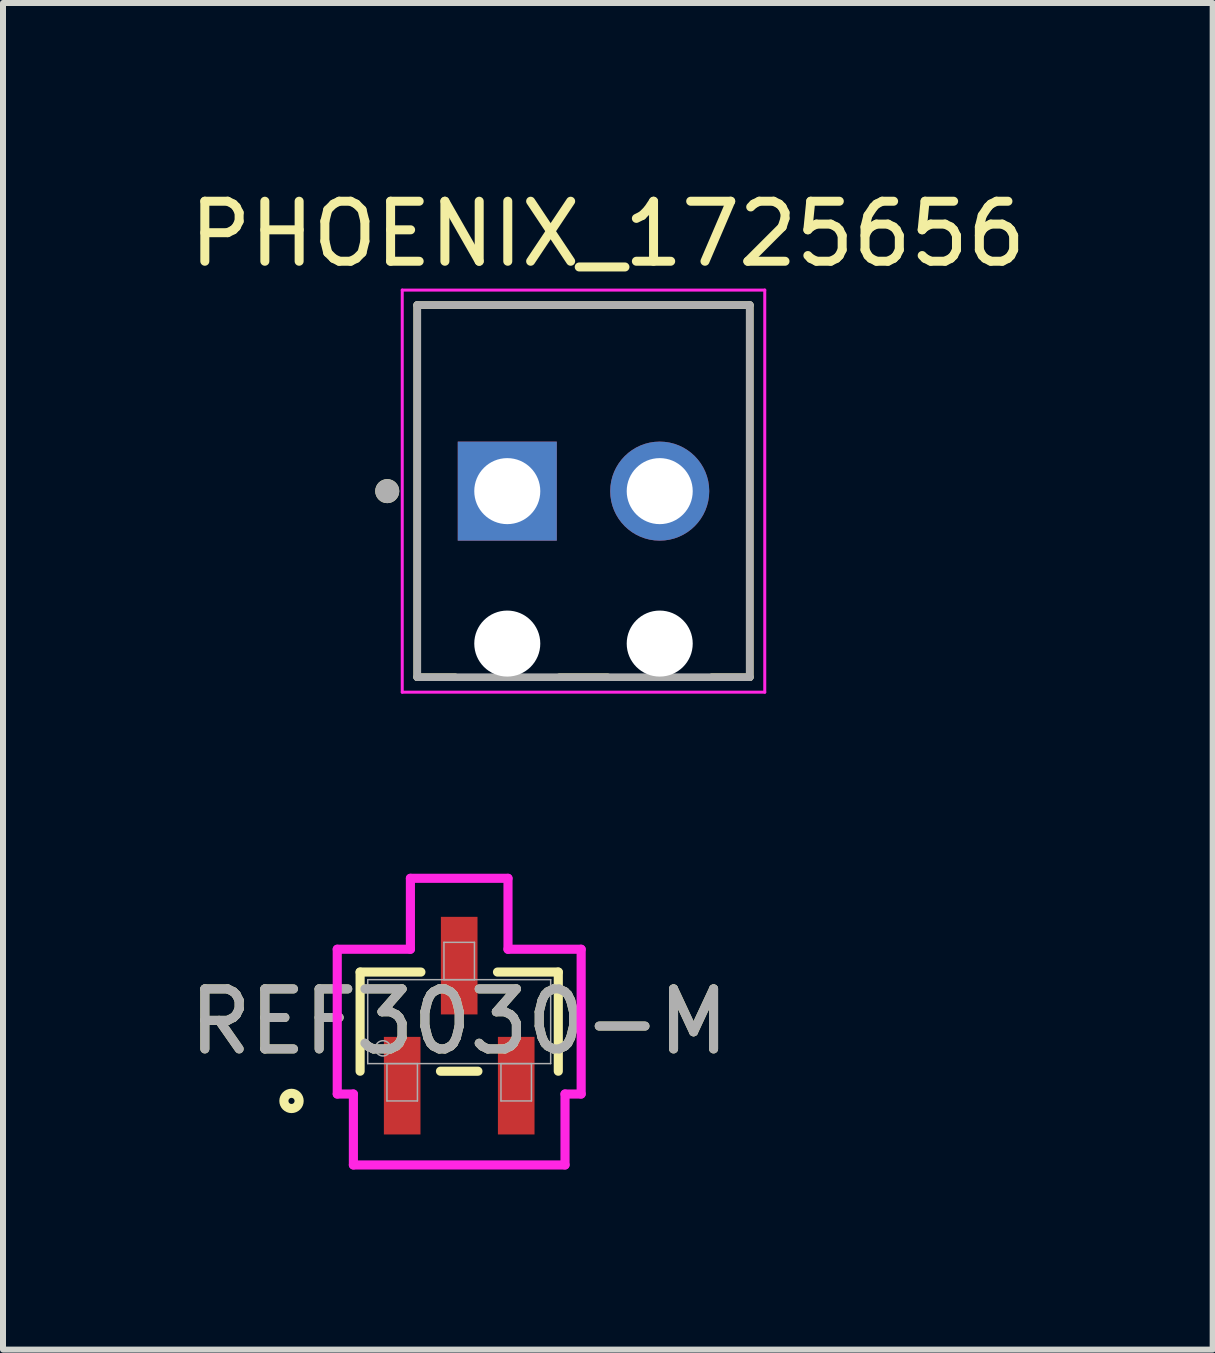
<source format=kicad_pcb>
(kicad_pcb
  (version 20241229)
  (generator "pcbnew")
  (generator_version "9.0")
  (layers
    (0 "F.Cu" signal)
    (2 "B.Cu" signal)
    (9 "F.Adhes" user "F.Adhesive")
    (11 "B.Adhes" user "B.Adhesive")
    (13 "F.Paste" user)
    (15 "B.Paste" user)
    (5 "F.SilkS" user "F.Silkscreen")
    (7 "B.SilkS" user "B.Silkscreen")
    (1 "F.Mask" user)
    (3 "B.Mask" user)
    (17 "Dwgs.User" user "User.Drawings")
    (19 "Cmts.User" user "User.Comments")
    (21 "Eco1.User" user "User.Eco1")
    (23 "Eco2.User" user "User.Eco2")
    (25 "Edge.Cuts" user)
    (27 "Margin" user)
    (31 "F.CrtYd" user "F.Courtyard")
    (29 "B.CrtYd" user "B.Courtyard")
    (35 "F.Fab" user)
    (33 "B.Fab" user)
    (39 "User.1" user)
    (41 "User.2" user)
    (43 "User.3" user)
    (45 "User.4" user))
  (footprint "PHOENIX_1725656"
    (layer "F.Cu")
    (at 3.902 8.233)
    (property "Reference" "PHOENIX_1725656" (at 3.175 -7.385 0) (layer "F.SilkS") (effects (font (size 1 1) (thickness 0.15))))
    (attr through_hole)
    (fp_line (start 0 -6.2) (end 0 0) (stroke (width 0.127) (type solid)) (layer "F.SilkS"))
    (fp_line (start 0 0) (end 0.63 0) (stroke (width 0.127) (type solid)) (layer "F.SilkS"))
    (fp_line (start 2.37 0) (end 3.17 0) (stroke (width 0.127) (type solid)) (layer "F.SilkS"))
    (fp_line (start 4.91 0) (end 5.54 0) (stroke (width 0.127) (type solid)) (layer "F.SilkS"))
    (fp_line (start 5.54 -6.2) (end 0 -6.2) (stroke (width 0.127) (type solid)) (layer "F.SilkS"))
    (fp_line (start 5.54 0) (end 5.54 -6.2) (stroke (width 0.127) (type solid)) (layer "F.SilkS"))
    (fp_circle (center -0.5 -3.1) (end -0.4 -3.1) (stroke (width 0.2) (type solid)) (fill no) (layer "F.SilkS"))
    (fp_line (start -0.25 -6.45) (end -0.25 0.25) (stroke (width 0.05) (type solid)) (layer "F.CrtYd"))
    (fp_line (start -0.25 0.25) (end 5.79 0.25) (stroke (width 0.05) (type solid)) (layer "F.CrtYd"))
    (fp_line (start 5.79 -6.45) (end -0.25 -6.45) (stroke (width 0.05) (type solid)) (layer "F.CrtYd"))
    (fp_line (start 5.79 0.25) (end 5.79 -6.45) (stroke (width 0.05) (type solid)) (layer "F.CrtYd"))
    (fp_line (start 0 -6.2) (end 0 0) (stroke (width 0.127) (type solid)) (layer "F.Fab"))
    (fp_line (start 0 0) (end 5.54 0) (stroke (width 0.127) (type solid)) (layer "F.Fab"))
    (fp_line (start 5.54 -6.2) (end 0 -6.2) (stroke (width 0.127) (type solid)) (layer "F.Fab"))
    (fp_line (start 5.54 0) (end 5.54 -6.2) (stroke (width 0.127) (type solid)) (layer "F.Fab"))
    (fp_circle (center -0.5 -3.1) (end -0.4 -3.1) (stroke (width 0.2) (type solid)) (fill no) (layer "F.Fab"))
    (pad "" np_thru_hole circle (at 1.5 -0.56) (size 1.1 1.1) (drill 1.1) (layers "*.Cu" "*.Mask"))
    (pad "" np_thru_hole circle (at 4.04 -0.56) (size 1.1 1.1) (drill 1.1) (layers "*.Cu" "*.Mask"))
    (pad "1" thru_hole rect (at 1.5 -3.1) (size 1.65 1.65) (drill 1.1) (layers "*.Cu" "*.Mask"))
    (pad "2" thru_hole circle (at 4.04 -3.1) (size 1.65 1.65) (drill 1.1) (layers "*.Cu" "*.Mask")))
  (footprint "REF3030-M"
    (layer "F.Cu")
    (at 4.601 13.972)
    (property "Reference" "REF3030-M" (at 0 0 0) (unlocked yes) (layer "F.SilkS") (effects (font (size 1 1) (thickness 0.15))))
    (attr smd)
    (fp_line (start -1.651 -0.826) (end -1.651 0.826) (stroke (width 0.152) (type solid)) (layer "F.SilkS"))
    (fp_line (start -0.638 -0.826) (end -1.651 -0.826) (stroke (width 0.152) (type solid)) (layer "F.SilkS"))
    (fp_line (start -0.312 0.826) (end 0.312 0.826) (stroke (width 0.152) (type solid)) (layer "F.SilkS"))
    (fp_line (start 1.651 -0.826) (end 0.638 -0.826) (stroke (width 0.152) (type solid)) (layer "F.SilkS"))
    (fp_line (start 1.651 0.826) (end 1.651 -0.826) (stroke (width 0.152) (type solid)) (layer "F.SilkS"))
    (fp_circle (center -2.794 1.321) (end -2.667 1.321) (stroke (width 0.152) (type solid)) (fill no) (layer "F.SilkS"))
    (fp_line (start -2.032 -1.206) (end -0.813 -1.206) (stroke (width 0.152) (type solid)) (layer "F.CrtYd"))
    (fp_line (start -2.032 1.206) (end -2.032 -1.206) (stroke (width 0.152) (type solid)) (layer "F.CrtYd"))
    (fp_line (start -2.032 1.206) (end -1.763 1.206) (stroke (width 0.152) (type solid)) (layer "F.CrtYd"))
    (fp_line (start -1.763 1.206) (end -1.763 2.388) (stroke (width 0.152) (type solid)) (layer "F.CrtYd"))
    (fp_line (start -1.763 2.388) (end 1.763 2.388) (stroke (width 0.152) (type solid)) (layer "F.CrtYd"))
    (fp_line (start -0.813 -2.388) (end 0.813 -2.388) (stroke (width 0.152) (type solid)) (layer "F.CrtYd"))
    (fp_line (start -0.813 -1.206) (end -0.813 -2.388) (stroke (width 0.152) (type solid)) (layer "F.CrtYd"))
    (fp_line (start 0.813 -1.206) (end 0.813 -2.388) (stroke (width 0.152) (type solid)) (layer "F.CrtYd"))
    (fp_line (start 1.763 1.206) (end 1.763 2.388) (stroke (width 0.152) (type solid)) (layer "F.CrtYd"))
    (fp_line (start 2.032 -1.206) (end 0.813 -1.206) (stroke (width 0.152) (type solid)) (layer "F.CrtYd"))
    (fp_line (start 2.032 -1.206) (end 2.032 1.206) (stroke (width 0.152) (type solid)) (layer "F.CrtYd"))
    (fp_line (start 2.032 1.206) (end 1.763 1.206) (stroke (width 0.152) (type solid)) (layer "F.CrtYd"))
    (fp_line (start -1.524 -0.699) (end -1.524 0.699) (stroke (width 0.025) (type solid)) (layer "F.Fab"))
    (fp_line (start -1.524 0.699) (end 1.524 0.699) (stroke (width 0.025) (type solid)) (layer "F.Fab"))
    (fp_line (start -1.204 0.699) (end -1.204 1.321) (stroke (width 0.025) (type solid)) (layer "F.Fab"))
    (fp_line (start -1.204 1.321) (end -0.696 1.321) (stroke (width 0.025) (type solid)) (layer "F.Fab"))
    (fp_line (start -0.696 0.699) (end -1.204 0.699) (stroke (width 0.025) (type solid)) (layer "F.Fab"))
    (fp_line (start -0.696 1.321) (end -0.696 0.699) (stroke (width 0.025) (type solid)) (layer "F.Fab"))
    (fp_line (start -0.254 -1.321) (end -0.254 -0.699) (stroke (width 0.025) (type solid)) (layer "F.Fab"))
    (fp_line (start -0.254 -0.699) (end 0.254 -0.699) (stroke (width 0.025) (type solid)) (layer "F.Fab"))
    (fp_line (start 0.254 -1.321) (end -0.254 -1.321) (stroke (width 0.025) (type solid)) (layer "F.Fab"))
    (fp_line (start 0.254 -0.699) (end 0.254 -1.321) (stroke (width 0.025) (type solid)) (layer "F.Fab"))
    (fp_line (start 0.696 0.699) (end 0.696 1.321) (stroke (width 0.025) (type solid)) (layer "F.Fab"))
    (fp_line (start 0.696 1.321) (end 1.204 1.321) (stroke (width 0.025) (type solid)) (layer "F.Fab"))
    (fp_line (start 1.204 0.699) (end 0.696 0.699) (stroke (width 0.025) (type solid)) (layer "F.Fab"))
    (fp_line (start 1.204 1.321) (end 1.204 0.699) (stroke (width 0.025) (type solid)) (layer "F.Fab"))
    (fp_line (start 1.524 -0.699) (end -1.524 -0.699) (stroke (width 0.025) (type solid)) (layer "F.Fab"))
    (fp_line (start 1.524 0.699) (end 1.524 -0.699) (stroke (width 0.025) (type solid)) (layer "F.Fab"))
    (fp_circle (center -1.27 0.445) (end -1.143 0.445) (stroke (width 0.025) (type solid)) (fill no) (layer "F.Fab"))
    (fp_text user "${REFERENCE}" (at 0 0 0) (unlocked yes) (layer "F.Fab") (effects (font (size 1 1) (thickness 0.15))))
    (pad "1" smd rect (at -0.95 1.067) (size 0.61 1.626) (layers "F.Cu" "F.Mask" "F.Paste"))
    (pad "2" smd rect (at 0.95 1.067) (size 0.61 1.626) (layers "F.Cu" "F.Mask" "F.Paste"))
    (pad "3" smd rect (at 0 -0.933) (size 0.61 1.626) (layers "F.Cu" "F.Mask" "F.Paste")))
  (gr_rect
    (start -3 -3)
    (end 17.155 19.436)
    (stroke (width 0.1) (type default))
    (fill no)
    (layer "Edge.Cuts")))
</source>
